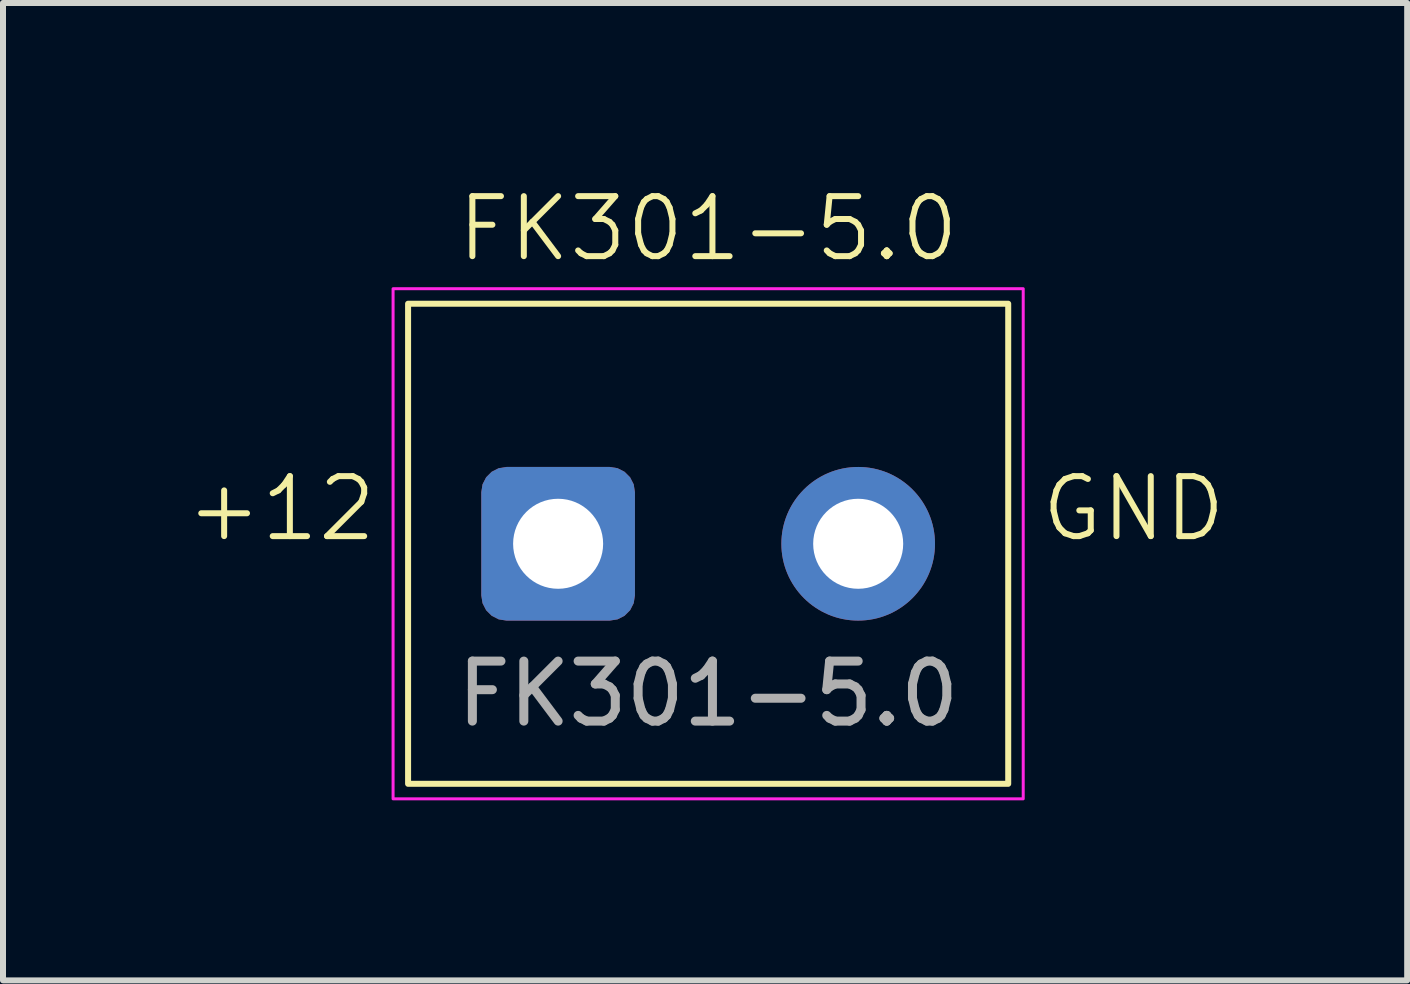
<source format=kicad_pcb>
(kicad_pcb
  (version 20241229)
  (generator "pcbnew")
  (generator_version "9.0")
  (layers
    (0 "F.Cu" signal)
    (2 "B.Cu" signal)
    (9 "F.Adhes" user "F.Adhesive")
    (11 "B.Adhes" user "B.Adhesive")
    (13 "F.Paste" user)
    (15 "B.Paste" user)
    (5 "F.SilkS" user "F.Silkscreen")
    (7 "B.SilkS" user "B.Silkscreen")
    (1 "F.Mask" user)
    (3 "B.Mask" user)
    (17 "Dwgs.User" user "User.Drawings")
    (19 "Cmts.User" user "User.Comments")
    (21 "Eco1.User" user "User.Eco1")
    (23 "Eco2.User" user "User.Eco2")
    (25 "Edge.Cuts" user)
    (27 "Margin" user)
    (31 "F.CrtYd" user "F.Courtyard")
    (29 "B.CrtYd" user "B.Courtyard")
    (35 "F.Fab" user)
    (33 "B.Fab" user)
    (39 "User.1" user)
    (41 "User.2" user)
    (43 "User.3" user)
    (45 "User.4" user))
  (footprint "FK301-5.0"
    (layer "F.Cu")
    (at 8.75 6.011)
    (property "Reference" "FK301-5.0" (at 0 -5.25 0) (unlocked yes) (layer "F.SilkS") (effects (font (size 1 1) (thickness 0.1))))
    (attr through_hole)
    (fp_rect (start -5 -4) (end 5 4) (stroke (width 0.1) (type default)) (fill no) (layer "F.SilkS"))
    (fp_rect (start -5.25 -4.25) (end 5.25 4.25) (stroke (width 0.05) (type default)) (fill no) (layer "F.CrtYd"))
    (fp_text user "GND" (at 5.5 0 0) (unlocked yes) (layer "F.SilkS") (effects (font (size 1 1) (thickness 0.1)) (justify left bottom)))
    (fp_text user "+12" (at -8.75 0 0) (unlocked yes) (layer "F.SilkS") (effects (font (size 1 1) (thickness 0.1)) (justify left bottom)))
    (fp_text user "${REFERENCE}" (at 0 2.5 0) (unlocked yes) (layer "F.Fab") (effects (font (size 1 1) (thickness 0.15))))
    (pad "1" thru_hole roundrect (at -2.5 0) (size 2.56 2.56) (drill 1.5) (layers "*.Cu" "*.Mask") (roundrect_rratio 0.164))
    (pad "2" thru_hole circle (at 2.5 0) (size 2.56 2.56) (drill 1.5) (layers "*.Cu" "*.Mask")))
  (gr_rect
    (start -3 -3)
    (end 20.398 13.286)
    (stroke (width 0.1) (type default))
    (fill no)
    (layer "Edge.Cuts")))
</source>
